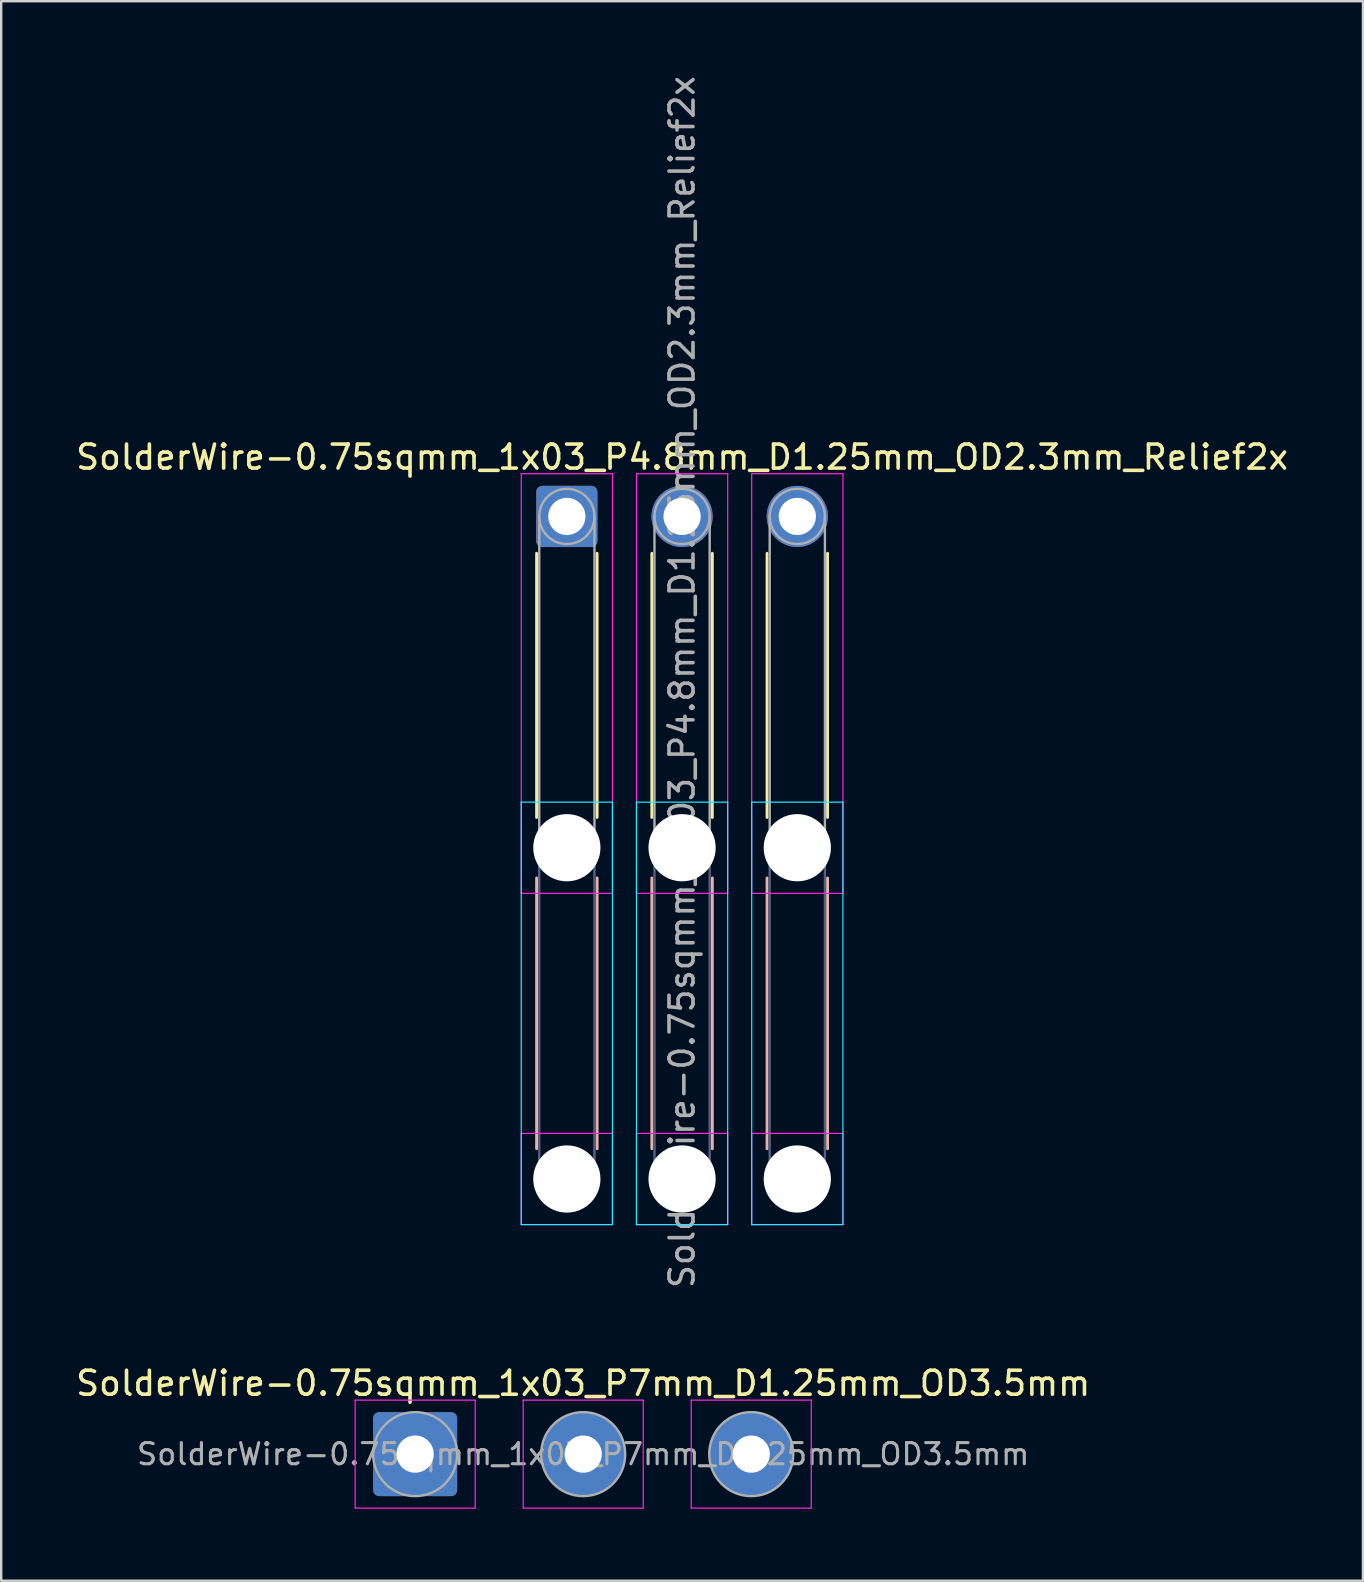
<source format=kicad_pcb>
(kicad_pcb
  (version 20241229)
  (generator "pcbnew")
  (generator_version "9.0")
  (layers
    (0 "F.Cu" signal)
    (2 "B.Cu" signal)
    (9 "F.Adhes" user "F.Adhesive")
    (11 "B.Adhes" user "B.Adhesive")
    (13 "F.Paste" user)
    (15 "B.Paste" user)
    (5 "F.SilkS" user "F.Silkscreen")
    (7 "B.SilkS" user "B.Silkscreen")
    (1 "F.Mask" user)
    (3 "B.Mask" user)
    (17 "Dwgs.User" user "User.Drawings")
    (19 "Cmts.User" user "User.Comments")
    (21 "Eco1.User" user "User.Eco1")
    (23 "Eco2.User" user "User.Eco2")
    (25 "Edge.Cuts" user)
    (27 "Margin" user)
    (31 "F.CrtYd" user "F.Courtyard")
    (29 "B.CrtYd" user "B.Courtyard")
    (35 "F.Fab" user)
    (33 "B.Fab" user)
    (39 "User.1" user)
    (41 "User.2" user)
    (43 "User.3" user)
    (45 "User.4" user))
  (footprint "SolderWire-0.75sqmm_1x03_P4.8mm_D1.25mm_OD2.3mm_Relief2x"
    (layer "F.Cu")
    (at 20.563 18.463)
    (property "Reference" "SolderWire-0.75sqmm_1x03_P4.8mm_D1.25mm_OD2.3mm_Relief2x" (at 4.8 -2.47 0) (layer "F.SilkS") (effects (font (size 1 1) (thickness 0.15))))
    (attr exclude_from_pos_files exclude_from_bom)
    (fp_line (start -1.26 1.535) (end -1.26 12.54) (stroke (width 0.12) (type solid)) (layer "F.SilkS"))
    (fp_line (start 1.26 1.535) (end 1.26 12.54) (stroke (width 0.12) (type solid)) (layer "F.SilkS"))
    (fp_line (start 3.54 1.535) (end 3.54 12.54) (stroke (width 0.12) (type solid)) (layer "F.SilkS"))
    (fp_line (start 6.06 1.535) (end 6.06 12.54) (stroke (width 0.12) (type solid)) (layer "F.SilkS"))
    (fp_line (start 8.34 1.535) (end 8.34 12.54) (stroke (width 0.12) (type solid)) (layer "F.SilkS"))
    (fp_line (start 10.86 1.535) (end 10.86 12.54) (stroke (width 0.12) (type solid)) (layer "F.SilkS"))
    (fp_line (start -1.26 15.06) (end -1.26 26.34) (stroke (width 0.12) (type solid)) (layer "B.SilkS"))
    (fp_line (start 1.26 15.06) (end 1.26 26.34) (stroke (width 0.12) (type solid)) (layer "B.SilkS"))
    (fp_line (start 3.54 15.06) (end 3.54 26.34) (stroke (width 0.12) (type solid)) (layer "B.SilkS"))
    (fp_line (start 6.06 15.06) (end 6.06 26.34) (stroke (width 0.12) (type solid)) (layer "B.SilkS"))
    (fp_line (start 8.34 15.06) (end 8.34 26.34) (stroke (width 0.12) (type solid)) (layer "B.SilkS"))
    (fp_line (start 10.86 15.06) (end 10.86 26.34) (stroke (width 0.12) (type solid)) (layer "B.SilkS"))
    (fp_line (start -1.9 11.9) (end -1.9 29.5) (stroke (width 0.05) (type solid)) (layer "B.CrtYd"))
    (fp_line (start -1.9 29.5) (end 1.9 29.5) (stroke (width 0.05) (type solid)) (layer "B.CrtYd"))
    (fp_line (start 1.9 11.9) (end -1.9 11.9) (stroke (width 0.05) (type solid)) (layer "B.CrtYd"))
    (fp_line (start 1.9 29.5) (end 1.9 11.9) (stroke (width 0.05) (type solid)) (layer "B.CrtYd"))
    (fp_line (start 2.9 11.9) (end 2.9 29.5) (stroke (width 0.05) (type solid)) (layer "B.CrtYd"))
    (fp_line (start 2.9 29.5) (end 6.7 29.5) (stroke (width 0.05) (type solid)) (layer "B.CrtYd"))
    (fp_line (start 6.7 11.9) (end 2.9 11.9) (stroke (width 0.05) (type solid)) (layer "B.CrtYd"))
    (fp_line (start 6.7 29.5) (end 6.7 11.9) (stroke (width 0.05) (type solid)) (layer "B.CrtYd"))
    (fp_line (start 7.7 11.9) (end 7.7 29.5) (stroke (width 0.05) (type solid)) (layer "B.CrtYd"))
    (fp_line (start 7.7 29.5) (end 11.5 29.5) (stroke (width 0.05) (type solid)) (layer "B.CrtYd"))
    (fp_line (start 11.5 11.9) (end 7.7 11.9) (stroke (width 0.05) (type solid)) (layer "B.CrtYd"))
    (fp_line (start 11.5 29.5) (end 11.5 11.9) (stroke (width 0.05) (type solid)) (layer "B.CrtYd"))
    (fp_line (start -1.9 -1.78) (end -1.9 15.7) (stroke (width 0.05) (type solid)) (layer "F.CrtYd"))
    (fp_line (start -1.9 15.7) (end 1.9 15.7) (stroke (width 0.05) (type solid)) (layer "F.CrtYd"))
    (fp_line (start -1.9 25.7) (end -1.9 29.5) (stroke (width 0.05) (type solid)) (layer "F.CrtYd"))
    (fp_line (start -1.9 29.5) (end 1.9 29.5) (stroke (width 0.05) (type solid)) (layer "F.CrtYd"))
    (fp_line (start 1.9 -1.78) (end -1.9 -1.78) (stroke (width 0.05) (type solid)) (layer "F.CrtYd"))
    (fp_line (start 1.9 15.7) (end 1.9 -1.78) (stroke (width 0.05) (type solid)) (layer "F.CrtYd"))
    (fp_line (start 1.9 25.7) (end -1.9 25.7) (stroke (width 0.05) (type solid)) (layer "F.CrtYd"))
    (fp_line (start 1.9 29.5) (end 1.9 25.7) (stroke (width 0.05) (type solid)) (layer "F.CrtYd"))
    (fp_line (start 2.9 -1.78) (end 2.9 15.7) (stroke (width 0.05) (type solid)) (layer "F.CrtYd"))
    (fp_line (start 2.9 15.7) (end 6.7 15.7) (stroke (width 0.05) (type solid)) (layer "F.CrtYd"))
    (fp_line (start 2.9 25.7) (end 2.9 29.5) (stroke (width 0.05) (type solid)) (layer "F.CrtYd"))
    (fp_line (start 2.9 29.5) (end 6.7 29.5) (stroke (width 0.05) (type solid)) (layer "F.CrtYd"))
    (fp_line (start 6.7 -1.78) (end 2.9 -1.78) (stroke (width 0.05) (type solid)) (layer "F.CrtYd"))
    (fp_line (start 6.7 15.7) (end 6.7 -1.78) (stroke (width 0.05) (type solid)) (layer "F.CrtYd"))
    (fp_line (start 6.7 25.7) (end 2.9 25.7) (stroke (width 0.05) (type solid)) (layer "F.CrtYd"))
    (fp_line (start 6.7 29.5) (end 6.7 25.7) (stroke (width 0.05) (type solid)) (layer "F.CrtYd"))
    (fp_line (start 7.7 -1.78) (end 7.7 15.7) (stroke (width 0.05) (type solid)) (layer "F.CrtYd"))
    (fp_line (start 7.7 15.7) (end 11.5 15.7) (stroke (width 0.05) (type solid)) (layer "F.CrtYd"))
    (fp_line (start 7.7 25.7) (end 7.7 29.5) (stroke (width 0.05) (type solid)) (layer "F.CrtYd"))
    (fp_line (start 7.7 29.5) (end 11.5 29.5) (stroke (width 0.05) (type solid)) (layer "F.CrtYd"))
    (fp_line (start 11.5 -1.78) (end 7.7 -1.78) (stroke (width 0.05) (type solid)) (layer "F.CrtYd"))
    (fp_line (start 11.5 15.7) (end 11.5 -1.78) (stroke (width 0.05) (type solid)) (layer "F.CrtYd"))
    (fp_line (start 11.5 25.7) (end 7.7 25.7) (stroke (width 0.05) (type solid)) (layer "F.CrtYd"))
    (fp_line (start 11.5 29.5) (end 11.5 25.7) (stroke (width 0.05) (type solid)) (layer "F.CrtYd"))
    (fp_line (start -1.15 13.8) (end -1.15 27.6) (stroke (width 0.1) (type solid)) (layer "B.Fab"))
    (fp_line (start 1.15 13.8) (end 1.15 27.6) (stroke (width 0.1) (type solid)) (layer "B.Fab"))
    (fp_line (start 3.65 13.8) (end 3.65 27.6) (stroke (width 0.1) (type solid)) (layer "B.Fab"))
    (fp_line (start 5.95 13.8) (end 5.95 27.6) (stroke (width 0.1) (type solid)) (layer "B.Fab"))
    (fp_line (start 8.45 13.8) (end 8.45 27.6) (stroke (width 0.1) (type solid)) (layer "B.Fab"))
    (fp_line (start 10.75 13.8) (end 10.75 27.6) (stroke (width 0.1) (type solid)) (layer "B.Fab"))
    (fp_circle (center 0 13.8) (end 1.15 13.8) (stroke (width 0.1) (type solid)) (fill no) (layer "B.Fab"))
    (fp_circle (center 0 27.6) (end 1.15 27.6) (stroke (width 0.1) (type solid)) (fill no) (layer "B.Fab"))
    (fp_circle (center 4.8 13.8) (end 5.95 13.8) (stroke (width 0.1) (type solid)) (fill no) (layer "B.Fab"))
    (fp_circle (center 4.8 27.6) (end 5.95 27.6) (stroke (width 0.1) (type solid)) (fill no) (layer "B.Fab"))
    (fp_circle (center 9.6 13.8) (end 10.75 13.8) (stroke (width 0.1) (type solid)) (fill no) (layer "B.Fab"))
    (fp_circle (center 9.6 27.6) (end 10.75 27.6) (stroke (width 0.1) (type solid)) (fill no) (layer "B.Fab"))
    (fp_line (start -1.15 0) (end -1.15 13.8) (stroke (width 0.1) (type solid)) (layer "F.Fab"))
    (fp_line (start 1.15 0) (end 1.15 13.8) (stroke (width 0.1) (type solid)) (layer "F.Fab"))
    (fp_line (start 3.65 0) (end 3.65 13.8) (stroke (width 0.1) (type solid)) (layer "F.Fab"))
    (fp_line (start 5.95 0) (end 5.95 13.8) (stroke (width 0.1) (type solid)) (layer "F.Fab"))
    (fp_line (start 8.45 0) (end 8.45 13.8) (stroke (width 0.1) (type solid)) (layer "F.Fab"))
    (fp_line (start 10.75 0) (end 10.75 13.8) (stroke (width 0.1) (type solid)) (layer "F.Fab"))
    (fp_circle (center 0 0) (end 1.15 0) (stroke (width 0.1) (type solid)) (fill no) (layer "F.Fab"))
    (fp_circle (center 0 13.8) (end 1.15 13.8) (stroke (width 0.1) (type solid)) (fill no) (layer "F.Fab"))
    (fp_circle (center 0 27.6) (end 1.15 27.6) (stroke (width 0.1) (type solid)) (fill no) (layer "F.Fab"))
    (fp_circle (center 4.8 0) (end 5.95 0) (stroke (width 0.1) (type solid)) (fill no) (layer "F.Fab"))
    (fp_circle (center 4.8 13.8) (end 5.95 13.8) (stroke (width 0.1) (type solid)) (fill no) (layer "F.Fab"))
    (fp_circle (center 4.8 27.6) (end 5.95 27.6) (stroke (width 0.1) (type solid)) (fill no) (layer "F.Fab"))
    (fp_circle (center 9.6 0) (end 10.75 0) (stroke (width 0.1) (type solid)) (fill no) (layer "F.Fab"))
    (fp_circle (center 9.6 13.8) (end 10.75 13.8) (stroke (width 0.1) (type solid)) (fill no) (layer "F.Fab"))
    (fp_circle (center 9.6 27.6) (end 10.75 27.6) (stroke (width 0.1) (type solid)) (fill no) (layer "F.Fab"))
    (fp_text user "${REFERENCE}" (at 4.8 6.9 90) (layer "F.Fab") (effects (font (size 1 1) (thickness 0.15))))
    (pad "" np_thru_hole circle (at 0 13.8) (size 2.8 2.8) (drill 2.8) (layers "*.Cu" "*.Mask"))
    (pad "" np_thru_hole circle (at 0 27.6) (size 2.8 2.8) (drill 2.8) (layers "*.Cu" "*.Mask"))
    (pad "" np_thru_hole circle (at 4.8 13.8) (size 2.8 2.8) (drill 2.8) (layers "*.Cu" "*.Mask"))
    (pad "" np_thru_hole circle (at 4.8 27.6) (size 2.8 2.8) (drill 2.8) (layers "*.Cu" "*.Mask"))
    (pad "" np_thru_hole circle (at 9.6 13.8) (size 2.8 2.8) (drill 2.8) (layers "*.Cu" "*.Mask"))
    (pad "" np_thru_hole circle (at 9.6 27.6) (size 2.8 2.8) (drill 2.8) (layers "*.Cu" "*.Mask"))
    (pad "1" thru_hole roundrect (at 0 0) (size 2.55 2.55) (drill 1.55) (layers "*.Cu" "*.Mask") (roundrect_rratio 0.098))
    (pad "2" thru_hole circle (at 4.8 0) (size 2.55 2.55) (drill 1.55) (layers "*.Cu" "*.Mask"))
    (pad "3" thru_hole circle (at 9.6 0) (size 2.55 2.55) (drill 1.55) (layers "*.Cu" "*.Mask")))
  (footprint "SolderWire-0.75sqmm_1x03_P7mm_D1.25mm_OD3.5mm"
    (layer "F.Cu")
    (at 14.244 57.524)
    (property "Reference" "SolderWire-0.75sqmm_1x03_P7mm_D1.25mm_OD3.5mm" (at 7 -2.95 0) (layer "F.SilkS") (effects (font (size 1 1) (thickness 0.15))))
    (attr exclude_from_pos_files exclude_from_bom)
    (fp_line (start -2.5 -2.25) (end -2.5 2.25) (stroke (width 0.05) (type solid)) (layer "F.CrtYd"))
    (fp_line (start -2.5 2.25) (end 2.5 2.25) (stroke (width 0.05) (type solid)) (layer "F.CrtYd"))
    (fp_line (start 2.5 -2.25) (end -2.5 -2.25) (stroke (width 0.05) (type solid)) (layer "F.CrtYd"))
    (fp_line (start 2.5 2.25) (end 2.5 -2.25) (stroke (width 0.05) (type solid)) (layer "F.CrtYd"))
    (fp_line (start 4.5 -2.25) (end 4.5 2.25) (stroke (width 0.05) (type solid)) (layer "F.CrtYd"))
    (fp_line (start 4.5 2.25) (end 9.5 2.25) (stroke (width 0.05) (type solid)) (layer "F.CrtYd"))
    (fp_line (start 9.5 -2.25) (end 4.5 -2.25) (stroke (width 0.05) (type solid)) (layer "F.CrtYd"))
    (fp_line (start 9.5 2.25) (end 9.5 -2.25) (stroke (width 0.05) (type solid)) (layer "F.CrtYd"))
    (fp_line (start 11.5 -2.25) (end 11.5 2.25) (stroke (width 0.05) (type solid)) (layer "F.CrtYd"))
    (fp_line (start 11.5 2.25) (end 16.5 2.25) (stroke (width 0.05) (type solid)) (layer "F.CrtYd"))
    (fp_line (start 16.5 -2.25) (end 11.5 -2.25) (stroke (width 0.05) (type solid)) (layer "F.CrtYd"))
    (fp_line (start 16.5 2.25) (end 16.5 -2.25) (stroke (width 0.05) (type solid)) (layer "F.CrtYd"))
    (fp_circle (center 0 0) (end 1.75 0) (stroke (width 0.1) (type solid)) (fill no) (layer "F.Fab"))
    (fp_circle (center 7 0) (end 8.75 0) (stroke (width 0.1) (type solid)) (fill no) (layer "F.Fab"))
    (fp_circle (center 14 0) (end 15.75 0) (stroke (width 0.1) (type solid)) (fill no) (layer "F.Fab"))
    (fp_text user "${REFERENCE}" (at 7 0 0) (layer "F.Fab") (effects (font (size 0.88 0.88) (thickness 0.13))))
    (pad "1" thru_hole roundrect (at 0 0) (size 3.5 3.5) (drill 1.55) (layers "*.Cu" "*.Mask") (roundrect_rratio 0.071))
    (pad "2" thru_hole circle (at 7 0) (size 3.5 3.5) (drill 1.55) (layers "*.Cu" "*.Mask"))
    (pad "3" thru_hole circle (at 14 0) (size 3.5 3.5) (drill 1.55) (layers "*.Cu" "*.Mask")))
  (gr_rect
    (start -3 -3)
    (end 53.726 62.799)
    (stroke (width 0.1) (type default))
    (fill no)
    (layer "Edge.Cuts")))
</source>
